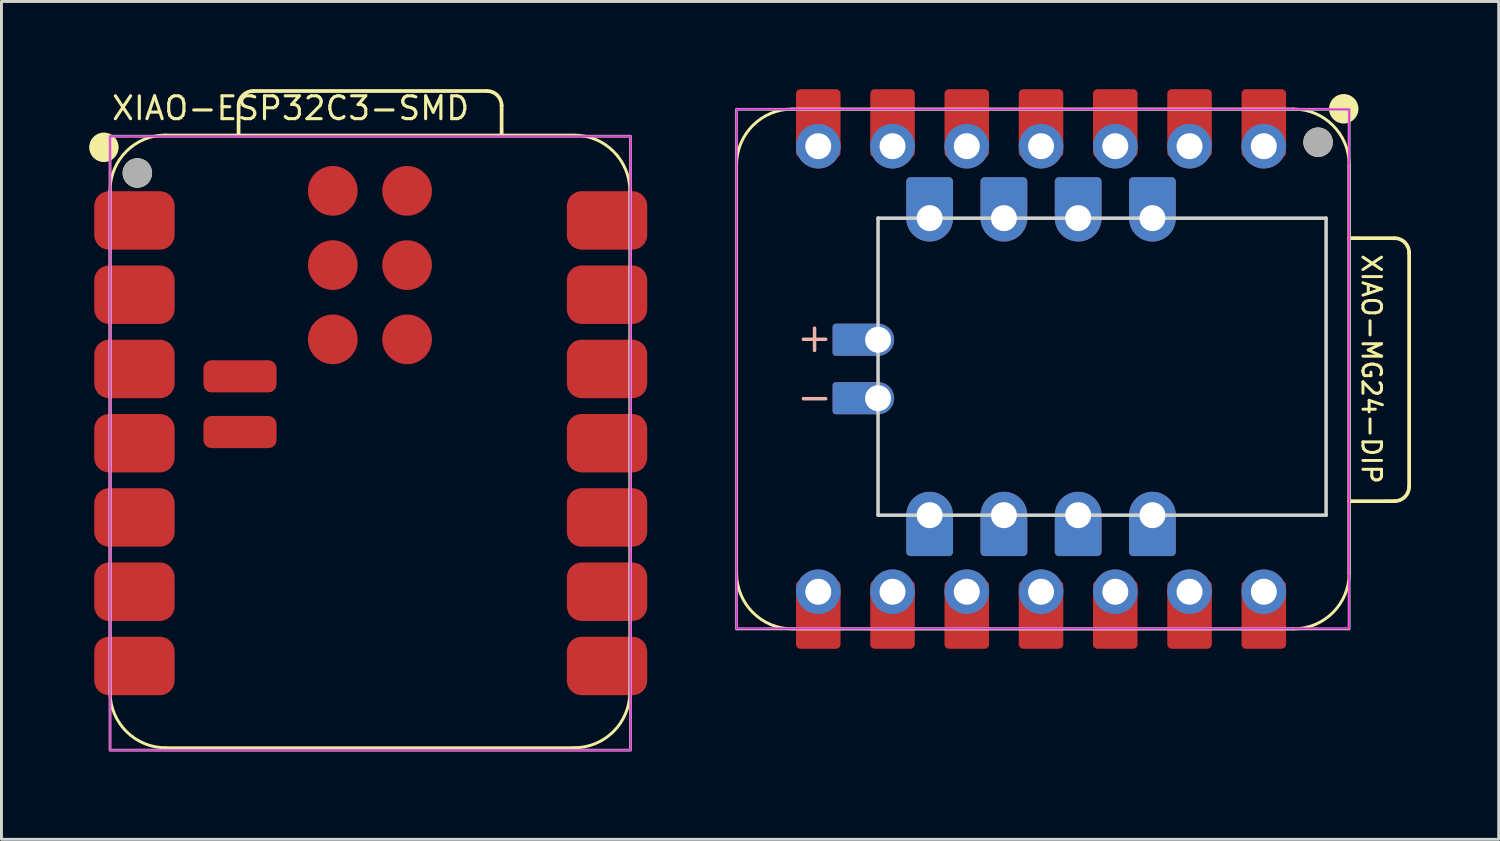
<source format=kicad_pcb>
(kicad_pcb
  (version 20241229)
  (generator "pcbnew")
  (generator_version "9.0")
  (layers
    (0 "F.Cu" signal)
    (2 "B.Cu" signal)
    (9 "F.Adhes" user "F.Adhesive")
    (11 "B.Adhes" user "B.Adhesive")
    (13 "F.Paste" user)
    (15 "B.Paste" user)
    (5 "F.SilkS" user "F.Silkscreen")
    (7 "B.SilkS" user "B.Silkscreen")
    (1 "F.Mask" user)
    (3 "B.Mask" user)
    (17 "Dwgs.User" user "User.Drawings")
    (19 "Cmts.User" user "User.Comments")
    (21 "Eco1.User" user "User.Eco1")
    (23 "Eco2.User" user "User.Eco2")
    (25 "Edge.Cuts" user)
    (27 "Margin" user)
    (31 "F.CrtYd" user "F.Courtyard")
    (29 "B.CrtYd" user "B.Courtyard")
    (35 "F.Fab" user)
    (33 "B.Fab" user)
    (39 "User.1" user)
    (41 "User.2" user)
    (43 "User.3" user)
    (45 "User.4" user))
  (footprint "XIAO-ESP32C3-SMD"
    (layer "F.Cu")
    (at 9.549 12.07)
    (property "Reference" "XIAO-ESP32C3-SMD" (at -8.835 -10.96 0) (layer "F.SilkS") (effects (font (size 0.782 0.782) (thickness 0.107)) (justify left bottom)))
    (fp_line (start -8.835 8.553) (end -8.835 -8.592) (stroke (width 0.1) (type solid)) (layer "F.SilkS"))
    (fp_line (start -6.93 10.458) (end 7.04 10.458) (stroke (width 0.1) (type solid)) (layer "F.SilkS"))
    (fp_line (start -4.44 -10.497) (end -4.436 -11.507) (stroke (width 0.127) (type solid)) (layer "F.SilkS"))
    (fp_line (start -3.936 -12.007) (end 4.059 -12.007) (stroke (width 0.127) (type solid)) (layer "F.SilkS"))
    (fp_line (start 4.559 -11.507) (end 4.559 -10.497) (stroke (width 0.127) (type solid)) (layer "F.SilkS"))
    (fp_line (start 7.04 -10.497) (end -6.93 -10.497) (stroke (width 0.1) (type solid)) (layer "F.SilkS"))
    (fp_line (start 8.945 8.553) (end 8.945 -8.592) (stroke (width 0.1) (type solid)) (layer "F.SilkS"))
    (fp_arc (start -8.835 -8.596) (mid -8.277038 -9.943038) (end -6.93 -10.501) (stroke (width 0.1) (type solid)) (layer "F.SilkS"))
    (fp_arc (start -6.93 10.458) (mid -8.277038 9.900038) (end -8.835 8.553) (stroke (width 0.1) (type solid)) (layer "F.SilkS"))
    (fp_arc (start -4.436272 -11.507272) (mid -4.289724 -11.860644) (end -3.936272 -12.007) (stroke (width 0.127) (type default)) (layer "F.SilkS"))
    (fp_arc (start 4.059 -12.007) (mid 4.412553 -11.860553) (end 4.559 -11.507) (stroke (width 0.127) (type default)) (layer "F.SilkS"))
    (fp_arc (start 7.04 -10.497) (mid 8.387038 -9.939038) (end 8.945 -8.592) (stroke (width 0.1) (type solid)) (layer "F.SilkS"))
    (fp_arc (start 8.945 8.553) (mid 8.387038 9.900038) (end 7.04 10.458) (stroke (width 0.1) (type solid)) (layer "F.SilkS"))
    (fp_circle (center -9.045 -10.081) (end -9.045 -10.335) (stroke (width 0.5) (type solid)) (fill yes) (layer "F.SilkS"))
    (fp_circle (center -7.902 -9.201) (end -7.902 -9.455) (stroke (width 0.5) (type solid)) (fill yes) (layer "F.SilkS"))
    (fp_rect (start 8.965 10.54) (end -8.835 -10.46) (stroke (width 0.05) (type default)) (fill no) (layer "F.CrtYd"))
    (fp_rect (start -8.835 -10.46) (end 8.965 10.54) (stroke (width 0.1) (type default)) (fill no) (layer "F.Fab"))
    (fp_circle (center -7.899 -9.207) (end -7.899 -9.461) (stroke (width 0.5) (type solid)) (fill no) (layer "F.Fab"))
    (pad "1" smd roundrect (at -8 -7.58) (size 2.75 2) (layers "F.Cu" "F.Mask" "F.Paste") (roundrect_rratio 0.25))
    (pad "2" smd roundrect (at -8 -5.04) (size 2.75 2) (layers "F.Cu" "F.Mask" "F.Paste") (roundrect_rratio 0.25))
    (pad "3" smd roundrect (at -8 -2.5) (size 2.75 2) (layers "F.Cu" "F.Mask" "F.Paste") (roundrect_rratio 0.25))
    (pad "4" smd roundrect (at -8 0.04) (size 2.75 2) (layers "F.Cu" "F.Mask" "F.Paste") (roundrect_rratio 0.25))
    (pad "5" smd roundrect (at -8 2.58) (size 2.75 2) (layers "F.Cu" "F.Mask" "F.Paste") (roundrect_rratio 0.25))
    (pad "6" smd roundrect (at -8 5.12) (size 2.75 2) (layers "F.Cu" "F.Mask" "F.Paste") (roundrect_rratio 0.25))
    (pad "7" smd roundrect (at -8 7.66) (size 2.75 2) (layers "F.Cu" "F.Mask" "F.Paste") (roundrect_rratio 0.25))
    (pad "8" smd roundrect (at 8.165 7.66) (size 2.75 2) (layers "F.Cu" "F.Mask" "F.Paste") (roundrect_rratio 0.25))
    (pad "9" smd roundrect (at 8.165 5.12) (size 2.75 2) (layers "F.Cu" "F.Mask" "F.Paste") (roundrect_rratio 0.25))
    (pad "10" smd roundrect (at 8.165 2.58) (size 2.75 2) (layers "F.Cu" "F.Mask" "F.Paste") (roundrect_rratio 0.25))
    (pad "11" smd roundrect (at 8.165 0.04) (size 2.75 2) (layers "F.Cu" "F.Mask" "F.Paste") (roundrect_rratio 0.25))
    (pad "12" smd roundrect (at 8.165 -2.5) (size 2.75 2) (layers "F.Cu" "F.Mask" "F.Paste") (roundrect_rratio 0.25))
    (pad "13" smd roundrect (at 8.165 -5.04) (size 2.75 2) (layers "F.Cu" "F.Mask" "F.Paste") (roundrect_rratio 0.25))
    (pad "14" smd roundrect (at 8.165 -7.58) (size 2.75 2) (layers "F.Cu" "F.Mask" "F.Paste") (roundrect_rratio 0.25))
    (pad "15" smd roundrect (at -4.39 -0.342 180) (size 2.5 1.1) (layers "F.Cu" "F.Mask" "F.Paste") (roundrect_rratio 0.25))
    (pad "16" smd roundrect (at -4.39 -2.247 180) (size 2.5 1.1) (layers "F.Cu" "F.Mask" "F.Paste") (roundrect_rratio 0.25))
    (pad "17" smd circle (at -1.215 -8.592) (size 1.7 1.7) (layers "F.Cu" "F.Mask" "F.Paste"))
    (pad "18" smd circle (at 1.325 -8.592) (size 1.7 1.7) (layers "F.Cu" "F.Mask" "F.Paste"))
    (pad "19" smd circle (at -1.215 -6.052) (size 1.7 1.7) (layers "F.Cu" "F.Mask" "F.Paste"))
    (pad "20" smd circle (at 1.325 -6.052) (size 1.7 1.7) (layers "F.Cu" "F.Mask" "F.Paste"))
    (pad "21" smd circle (at -1.215 -3.512) (size 1.7 1.7) (layers "F.Cu" "F.Mask" "F.Paste"))
    (pad "22" smd circle (at 1.325 -3.512) (size 1.7 1.7) (layers "F.Cu" "F.Mask" "F.Paste")))
  (footprint "XIAO-MG24-DIP"
    (layer "F.Cu")
    (at 32.559 9.571)
    (property "Reference" "XIAO-MG24-DIP" (at 11.3 0 270) (unlocked yes) (layer "F.SilkS") (effects (font (size 0.635 0.635) (thickness 0.102))))
    (attr smd)
    (fp_line (start -10.414 -6.985) (end -10.414 6.985) (stroke (width 0.1) (type solid)) (layer "F.SilkS"))
    (fp_line (start -8.509 -8.89) (end 8.636 -8.89) (stroke (width 0.1) (type solid)) (layer "F.SilkS"))
    (fp_line (start -8.509 8.89) (end 8.636 8.89) (stroke (width 0.1) (type solid)) (layer "F.SilkS"))
    (fp_line (start 10.538 7.008) (end 10.538 -6.962) (stroke (width 0.1) (type solid)) (layer "F.SilkS"))
    (fp_line (start 10.541 6.985) (end 10.541 -6.985) (stroke (width 0.1) (type solid)) (layer "F.SilkS"))
    (fp_line (start 10.55 -4.475) (end 12.091 -4.474) (stroke (width 0.127) (type solid)) (layer "F.SilkS"))
    (fp_line (start 12.091 4.521) (end 10.547 4.522) (stroke (width 0.127) (type solid)) (layer "F.SilkS"))
    (fp_line (start 12.591 -3.974) (end 12.591 4.021) (stroke (width 0.127) (type solid)) (layer "F.SilkS"))
    (fp_arc (start -10.414 -6.985) (mid -9.856038 -8.332038) (end -8.509 -8.89) (stroke (width 0.1) (type solid)) (layer "F.SilkS"))
    (fp_arc (start -8.509 8.89) (mid -9.856038 8.332038) (end -10.414 6.985) (stroke (width 0.1) (type solid)) (layer "F.SilkS"))
    (fp_arc (start 8.636 -8.89) (mid 9.983038 -8.332038) (end 10.541 -6.985) (stroke (width 0.1) (type solid)) (layer "F.SilkS"))
    (fp_arc (start 10.541 6.985) (mid 9.983038 8.332038) (end 8.636 8.89) (stroke (width 0.1) (type solid)) (layer "F.SilkS"))
    (fp_arc (start 12.091284 -4.474284) (mid 12.444624 -4.327703) (end 12.591012 -3.974284) (stroke (width 0.127) (type default)) (layer "F.SilkS"))
    (fp_arc (start 12.591012 4.020988) (mid 12.444575 4.374552) (end 12.091012 4.520988) (stroke (width 0.127) (type default)) (layer "F.SilkS"))
    (fp_circle (center 9.474 -7.757) (end 9.728 -7.757) (stroke (width 0.5) (type solid)) (fill yes) (layer "F.SilkS"))
    (fp_circle (center 10.354 -8.9) (end 10.608 -8.9) (stroke (width 0.5) (type solid)) (fill yes) (layer "F.SilkS"))
    (fp_line (start -7.747 -0.635) (end -7.747 -1.397) (stroke (width 0.12) (type default)) (layer "B.SilkS"))
    (fp_line (start -7.366 -1.016) (end -8.128 -1.016) (stroke (width 0.12) (type default)) (layer "B.SilkS"))
    (fp_line (start -7.366 1.016) (end -8.128 1.016) (stroke (width 0.12) (type default)) (layer "B.SilkS"))
    (fp_line (start -5.575 -5.159) (end -5.575 5) (stroke (width 0.12) (type default)) (layer "Edge.Cuts"))
    (fp_line (start -5.575 5.001) (end 9.75 5.001) (stroke (width 0.12) (type default)) (layer "Edge.Cuts"))
    (fp_line (start 9.75 -5.159) (end -5.575 -5.159) (stroke (width 0.12) (type default)) (layer "Edge.Cuts"))
    (fp_line (start 9.75 5) (end 9.75 -5.159) (stroke (width 0.12) (type default)) (layer "Edge.Cuts"))
    (fp_rect (start -10.42 -8.88) (end 10.54 8.87) (stroke (width 0.05) (type default)) (fill no) (layer "F.CrtYd"))
    (fp_rect (start -10.42 -8.88) (end 10.54 8.89) (stroke (width 0.1) (type default)) (fill no) (layer "F.Fab"))
    (fp_circle (center 9.48 -7.754) (end 9.734 -7.754) (stroke (width 0.5) (type solid)) (fill no) (layer "F.Fab"))
    (pad "1" smd roundrect (at 7.62 -8.405 90) (size 2.332 1.524) (layers "F.Cu" "F.Mask") (roundrect_rratio 0.1))
    (pad "1" thru_hole circle (at 7.62 -7.62 90) (size 1.524 1.524) (drill 0.889) (layers "*.Cu" "*.Mask"))
    (pad "2" smd roundrect (at 5.08 -8.405 90) (size 2.332 1.524) (layers "F.Cu" "F.Mask") (roundrect_rratio 0.1))
    (pad "2" thru_hole circle (at 5.08 -7.62 90) (size 1.524 1.524) (drill 0.889) (layers "*.Cu" "*.Mask"))
    (pad "3" smd roundrect (at 2.54 -8.405 90) (size 2.332 1.524) (layers "F.Cu" "F.Mask") (roundrect_rratio 0.1))
    (pad "3" thru_hole circle (at 2.54 -7.62 90) (size 1.524 1.524) (drill 0.889) (layers "*.Cu" "*.Mask"))
    (pad "4" smd roundrect (at 0 -8.405 90) (size 2.332 1.524) (layers "F.Cu" "F.Mask") (roundrect_rratio 0.1))
    (pad "4" thru_hole circle (at 0 -7.62 90) (size 1.524 1.524) (drill 0.889) (layers "*.Cu" "*.Mask"))
    (pad "5" smd roundrect (at -2.54 -8.405 90) (size 2.332 1.524) (layers "F.Cu" "F.Mask") (roundrect_rratio 0.1))
    (pad "5" thru_hole circle (at -2.54 -7.62 90) (size 1.524 1.524) (drill 0.889) (layers "*.Cu" "*.Mask"))
    (pad "6" smd roundrect (at -5.08 -8.405 90) (size 2.332 1.524) (layers "F.Cu" "F.Mask") (roundrect_rratio 0.1))
    (pad "6" thru_hole circle (at -5.08 -7.62 90) (size 1.524 1.524) (drill 0.889) (layers "*.Cu" "*.Mask"))
    (pad "7" smd roundrect (at -7.62 -8.405 90) (size 2.332 1.524) (layers "F.Cu" "F.Mask") (roundrect_rratio 0.1))
    (pad "7" thru_hole circle (at -7.62 -7.62 90) (size 1.524 1.524) (drill 0.889) (layers "*.Cu" "*.Mask"))
    (pad "8" thru_hole circle (at -7.62 7.62 270) (size 1.524 1.524) (drill 0.889) (layers "*.Cu" "*.Mask"))
    (pad "8" smd roundrect (at -7.62 8.405 270) (size 2.332 1.524) (layers "F.Cu" "F.Mask") (roundrect_rratio 0.1))
    (pad "9" thru_hole circle (at -5.08 7.62 270) (size 1.524 1.524) (drill 0.889) (layers "*.Cu" "*.Mask"))
    (pad "9" smd roundrect (at -5.08 8.405 270) (size 2.332 1.524) (layers "F.Cu" "F.Mask") (roundrect_rratio 0.1))
    (pad "10" thru_hole circle (at -2.54 7.62 270) (size 1.524 1.524) (drill 0.889) (layers "*.Cu" "*.Mask"))
    (pad "10" smd roundrect (at -2.54 8.405 270) (size 2.332 1.524) (layers "F.Cu" "F.Mask") (roundrect_rratio 0.1))
    (pad "11" thru_hole circle (at 0 7.62 270) (size 1.524 1.524) (drill 0.889) (layers "*.Cu" "*.Mask"))
    (pad "11" smd roundrect (at 0 8.405 270) (size 2.332 1.524) (layers "F.Cu" "F.Mask") (roundrect_rratio 0.1))
    (pad "12" thru_hole circle (at 2.54 7.62 270) (size 1.524 1.524) (drill 0.889) (layers "*.Cu" "*.Mask"))
    (pad "12" smd roundrect (at 2.54 8.405 270) (size 2.332 1.524) (layers "F.Cu" "F.Mask") (roundrect_rratio 0.1))
    (pad "13" thru_hole circle (at 5.08 7.62 270) (size 1.524 1.524) (drill 0.889) (layers "*.Cu" "*.Mask"))
    (pad "13" smd roundrect (at 5.08 8.405 270) (size 2.332 1.524) (layers "F.Cu" "F.Mask") (roundrect_rratio 0.1))
    (pad "14" thru_hole circle (at 7.62 7.62 270) (size 1.524 1.524) (drill 0.889) (layers "*.Cu" "*.Mask"))
    (pad "14" smd roundrect (at 7.62 8.405 270) (size 2.332 1.524) (layers "F.Cu" "F.Mask") (roundrect_rratio 0.1))
    (pad "15" thru_hole circle (at 3.81 5.001 90) (size 1.6 1.6) (drill 0.889) (layers "*.Cu" "*.Mask"))
    (pad "15" smd roundrect (at 3.81 5.7 270) (size 1.4 1.6) (layers "F.Cu" "F.Mask") (roundrect_rratio 0.1))
    (pad "15" smd roundrect (at 3.81 5.7 90) (size 1.4 1.6) (layers "B.Cu" "B.Mask" "B.Paste") (roundrect_rratio 0.1))
    (pad "16" thru_hole circle (at 1.27 5.001 90) (size 1.6 1.6) (drill 0.889) (layers "*.Cu" "*.Mask"))
    (pad "16" smd roundrect (at 1.27 5.7 270) (size 1.4 1.6) (layers "F.Cu" "F.Mask") (roundrect_rratio 0.1))
    (pad "16" smd roundrect (at 1.27 5.7 90) (size 1.4 1.6) (layers "B.Cu" "B.Mask" "B.Paste") (roundrect_rratio 0.1))
    (pad "17" thru_hole circle (at -1.27 5.001 90) (size 1.6 1.6) (drill 0.889) (layers "*.Cu" "*.Mask"))
    (pad "17" smd roundrect (at -1.27 5.7 270) (size 1.4 1.6) (layers "F.Cu" "F.Mask") (roundrect_rratio 0.1))
    (pad "17" smd roundrect (at -1.27 5.7 90) (size 1.4 1.6) (layers "B.Cu" "B.Mask" "B.Paste") (roundrect_rratio 0.1))
    (pad "18" thru_hole circle (at -3.81 5.001 90) (size 1.6 1.6) (drill 0.889) (layers "*.Cu" "*.Mask"))
    (pad "18" smd roundrect (at -3.81 5.7 270) (size 1.4 1.6) (layers "F.Cu" "F.Mask") (roundrect_rratio 0.1))
    (pad "18" smd roundrect (at -3.81 5.7 90) (size 1.4 1.6) (layers "B.Cu" "B.Mask" "B.Paste") (roundrect_rratio 0.1))
    (pad "19" smd roundrect (at -3.81 -5.859 270) (size 1.4 1.6) (layers "F.Cu" "F.Mask") (roundrect_rratio 0.1))
    (pad "19" smd roundrect (at -3.81 -5.859 90) (size 1.4 1.6) (layers "B.Cu" "B.Mask" "B.Paste") (roundrect_rratio 0.1))
    (pad "19" thru_hole circle (at -3.81 -5.159 90) (size 1.6 1.6) (drill 0.889) (layers "*.Cu" "*.Mask"))
    (pad "20" smd roundrect (at -1.27 -5.859 270) (size 1.4 1.6) (layers "F.Cu" "F.Mask") (roundrect_rratio 0.1))
    (pad "20" smd roundrect (at -1.27 -5.859 90) (size 1.4 1.6) (layers "B.Cu" "B.Mask" "B.Paste") (roundrect_rratio 0.1))
    (pad "20" thru_hole circle (at -1.27 -5.159 90) (size 1.6 1.6) (drill 0.889) (layers "*.Cu" "*.Mask"))
    (pad "21" smd roundrect (at 1.27 -5.859 270) (size 1.4 1.6) (layers "F.Cu" "F.Mask") (roundrect_rratio 0.1))
    (pad "21" smd roundrect (at 1.27 -5.859 90) (size 1.4 1.6) (layers "B.Cu" "B.Mask" "B.Paste") (roundrect_rratio 0.1))
    (pad "21" thru_hole circle (at 1.27 -5.159 90) (size 1.6 1.6) (drill 0.889) (layers "*.Cu" "*.Mask"))
    (pad "22" smd roundrect (at 3.81 -5.859 270) (size 1.4 1.6) (layers "F.Cu" "F.Mask") (roundrect_rratio 0.1))
    (pad "22" smd roundrect (at 3.81 -5.859 90) (size 1.4 1.6) (layers "B.Cu" "B.Mask" "B.Paste") (roundrect_rratio 0.1))
    (pad "22" thru_hole circle (at 3.81 -5.159 90) (size 1.6 1.6) (drill 0.889) (layers "*.Cu" "*.Mask"))
    (pad "23" smd roundrect (at -6.33 -1 180) (size 1.6 1.1) (layers "F.Cu" "F.Mask") (roundrect_rratio 0.1))
    (pad "23" smd roundrect (at -6.33 -1 180) (size 1.6 1.1) (layers "B.Cu" "B.Mask" "B.Paste") (roundrect_rratio 0.1))
    (pad "23" thru_hole circle (at -5.575 -1 90) (size 1.1 1.1) (drill 0.889) (layers "*.Cu" "*.Mask"))
    (pad "24" smd roundrect (at -6.33 1 180) (size 1.6 1.1) (layers "F.Cu" "F.Mask") (roundrect_rratio 0.1))
    (pad "24" smd roundrect (at -6.33 1 180) (size 1.6 1.1) (layers "B.Cu" "B.Mask" "B.Paste") (roundrect_rratio 0.1))
    (pad "24" thru_hole circle (at -5.575 1 90) (size 1.1 1.1) (drill 0.889) (layers "*.Cu" "*.Mask")))
  (gr_rect
    (start -3 -3)
    (end 48.214 25.66)
    (stroke (width 0.1) (type default))
    (fill no)
    (layer "Edge.Cuts")))
</source>
